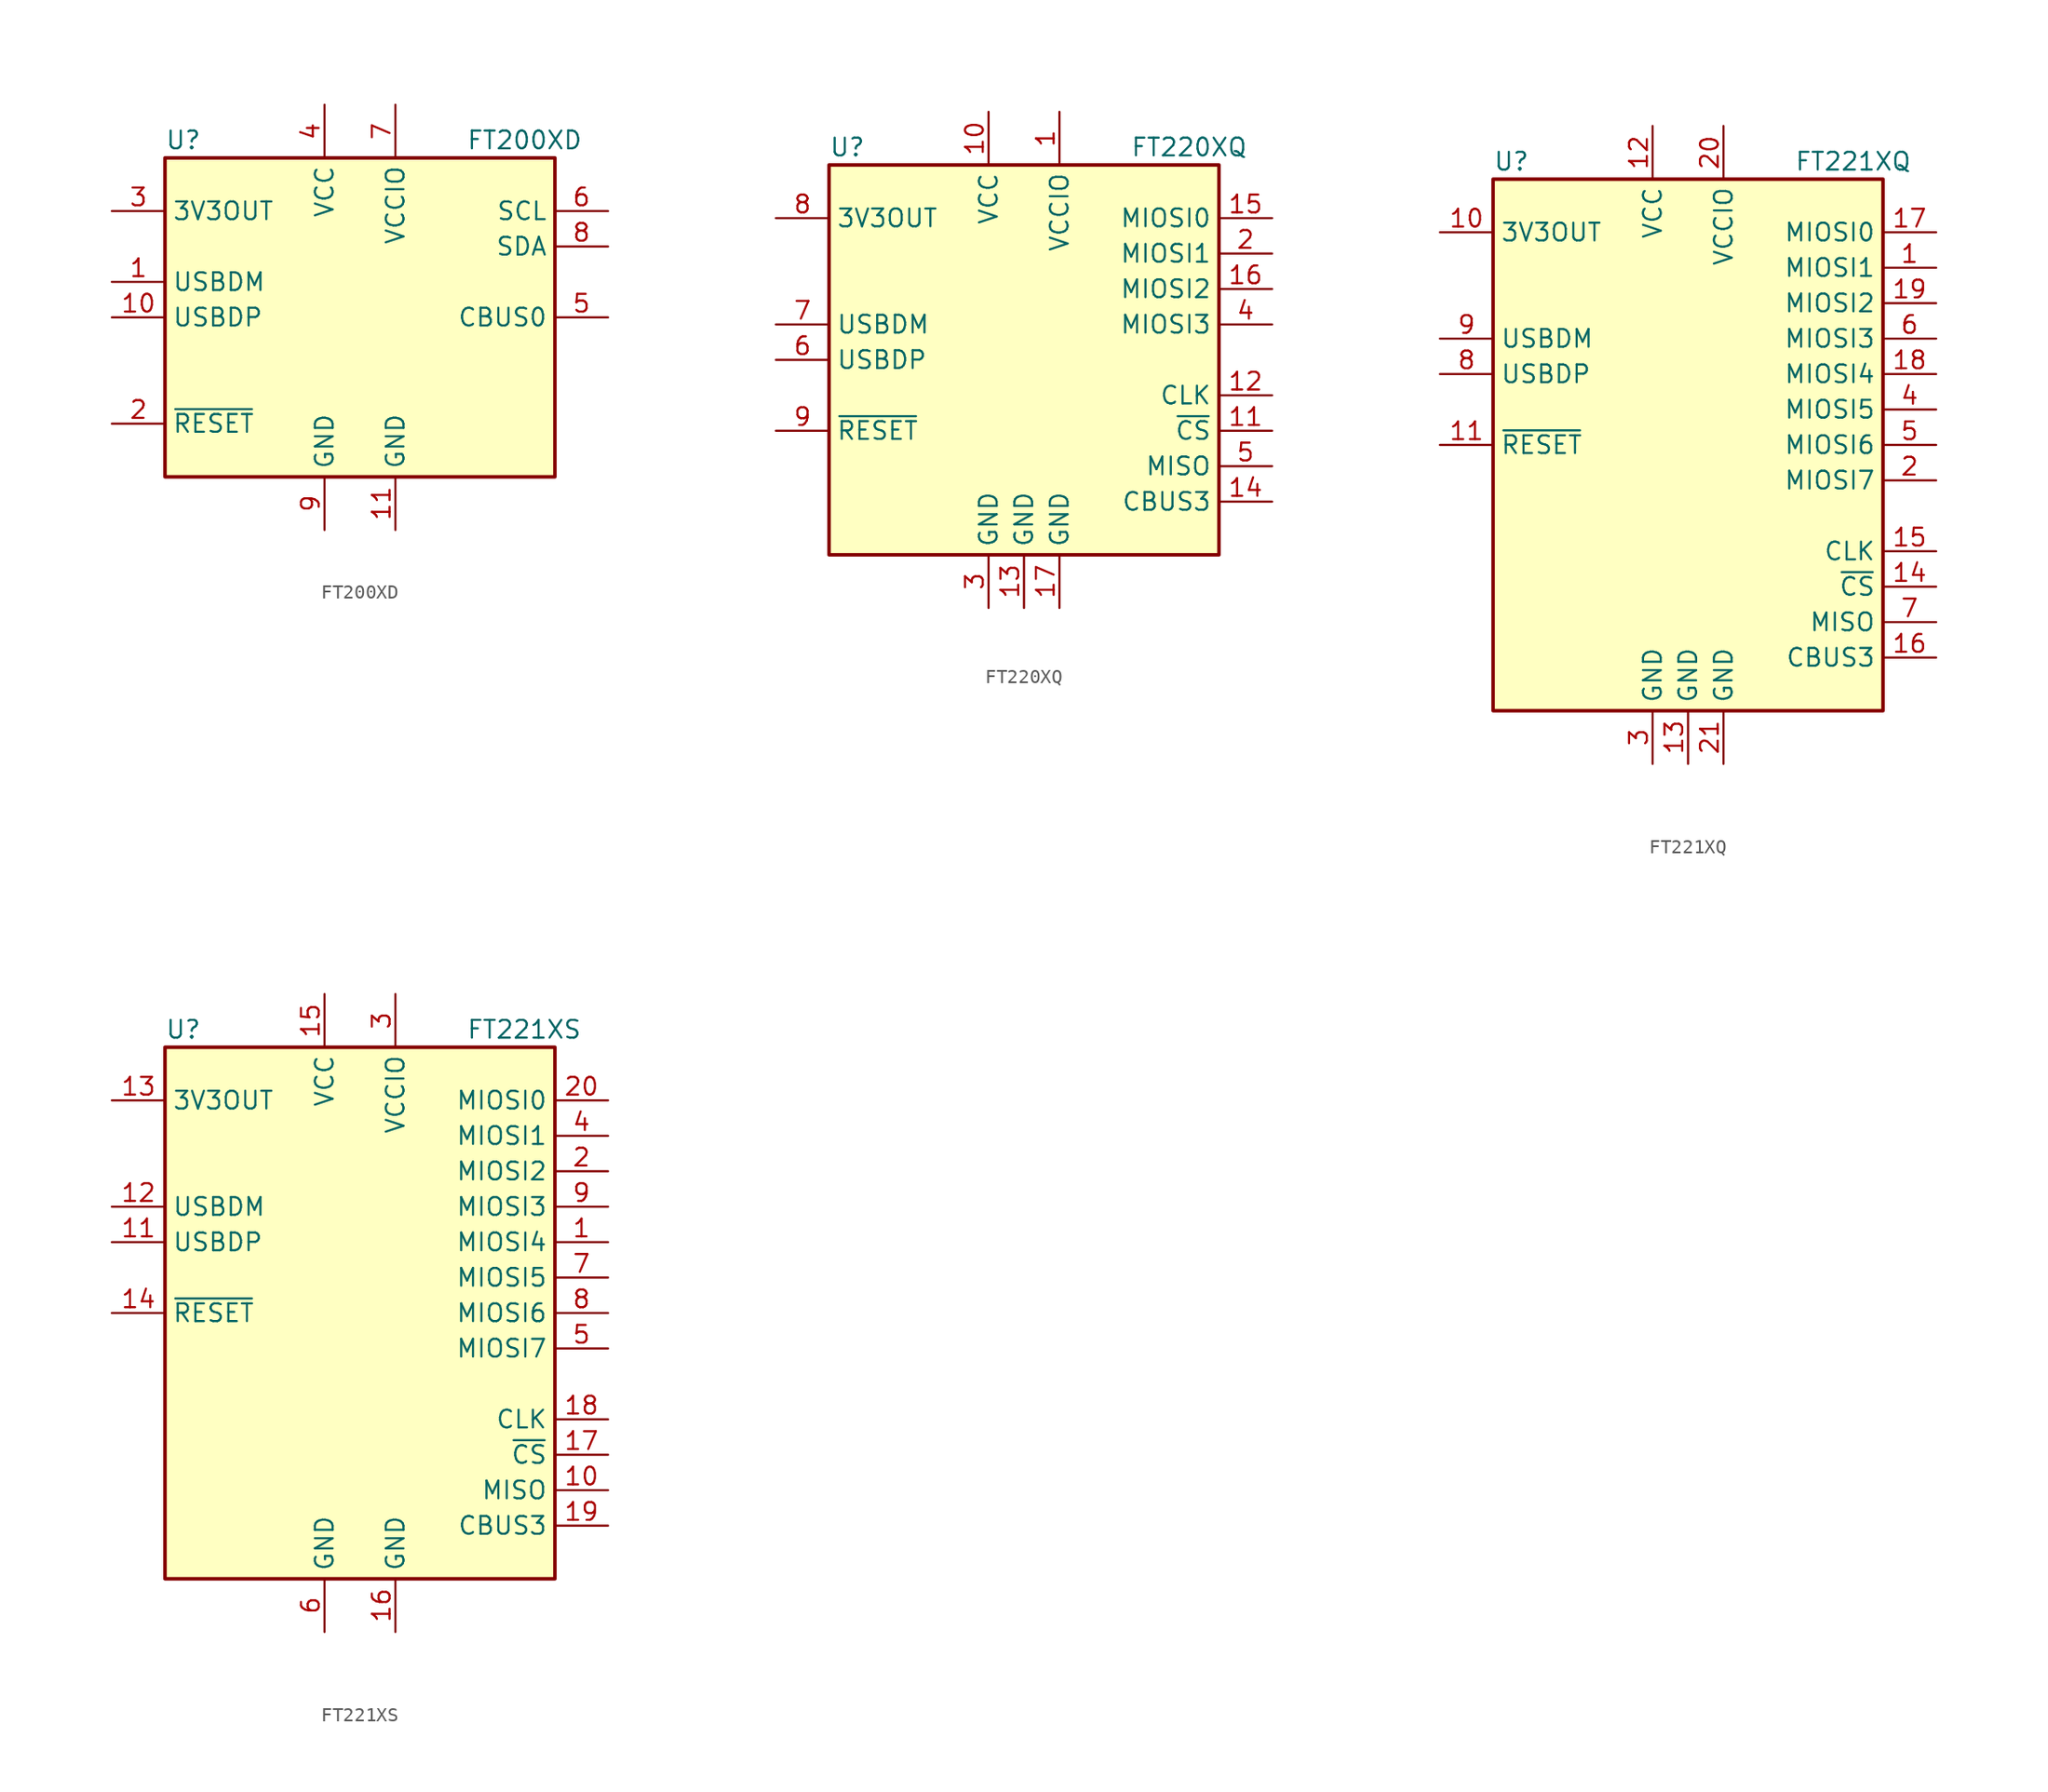
<source format=kicad_sym>
(kicad_symbol_lib
  (version 20241209)
  (generator "kicad_symbol_editor")
  (generator_version "9.0")
  (symbol "FT200XD"
    (property "Reference" "U"
      (at -13.97 12.7 0)
      (effects (font (size 1.27 1.27)) (justify left)))
    (property "Value" "FT200XD"
      (at 7.62 12.7 0)
      (effects (font (size 1.27 1.27)) (justify left)))
    (symbol "FT200XD_0_1"
      (rectangle (start -13.97 11.43) (end 13.97 -11.43) (stroke (width 0.254) (type default)) (fill (type background))))
    (symbol "FT200XD_1_1"
      (pin power_out line (at -17.78 7.62 0) (length 3.81) (name "3V3OUT" (effects (font (size 1.27 1.27)))) (number "3" (effects (font (size 1.27 1.27)))))
      (pin input line (at -17.78 2.54 0) (length 3.81) (name "USBDM" (effects (font (size 1.27 1.27)))) (number "1" (effects (font (size 1.27 1.27)))))
      (pin input line (at -17.78 0 0) (length 3.81) (name "USBDP" (effects (font (size 1.27 1.27)))) (number "10" (effects (font (size 1.27 1.27)))))
      (pin input line (at -17.78 -7.62 0) (length 3.81) (name "~{RESET}" (effects (font (size 1.27 1.27)))) (number "2" (effects (font (size 1.27 1.27)))))
      (pin power_in line (at -2.54 15.24 270) (length 3.81) (name "VCC" (effects (font (size 1.27 1.27)))) (number "4" (effects (font (size 1.27 1.27)))))
      (pin power_in line (at -2.54 -15.24 90) (length 3.81) (name "GND" (effects (font (size 1.27 1.27)))) (number "9" (effects (font (size 1.27 1.27)))))
      (pin power_in line (at 2.54 15.24 270) (length 3.81) (name "VCCIO" (effects (font (size 1.27 1.27)))) (number "7" (effects (font (size 1.27 1.27)))))
      (pin power_in line (at 2.54 -15.24 90) (length 3.81) (name "GND" (effects (font (size 1.27 1.27)))) (number "11" (effects (font (size 1.27 1.27)))))
      (pin input line (at 17.78 7.62 180) (length 3.81) (name "SCL" (effects (font (size 1.27 1.27)))) (number "6" (effects (font (size 1.27 1.27)))))
      (pin bidirectional line (at 17.78 5.08 180) (length 3.81) (name "SDA" (effects (font (size 1.27 1.27)))) (number "8" (effects (font (size 1.27 1.27)))))
      (pin bidirectional line (at 17.78 0 180) (length 3.81) (name "CBUS0" (effects (font (size 1.27 1.27)))) (number "5" (effects (font (size 1.27 1.27)))))))
  (symbol "FT220XQ"
    (property "Reference" "U"
      (at -13.97 15.24 0)
      (effects (font (size 1.27 1.27)) (justify left)))
    (property "Value" "FT220XQ"
      (at 7.62 15.24 0)
      (effects (font (size 1.27 1.27)) (justify left)))
    (symbol "FT220XQ_0_1"
      (rectangle (start -13.97 13.97) (end 13.97 -13.97) (stroke (width 0.254) (type default)) (fill (type background))))
    (symbol "FT220XQ_1_1"
      (pin power_out line (at -17.78 10.16 0) (length 3.81) (name "3V3OUT" (effects (font (size 1.27 1.27)))) (number "8" (effects (font (size 1.27 1.27)))))
      (pin bidirectional line (at -17.78 2.54 0) (length 3.81) (name "USBDM" (effects (font (size 1.27 1.27)))) (number "7" (effects (font (size 1.27 1.27)))))
      (pin bidirectional line (at -17.78 0 0) (length 3.81) (name "USBDP" (effects (font (size 1.27 1.27)))) (number "6" (effects (font (size 1.27 1.27)))))
      (pin input line (at -17.78 -5.08 0) (length 3.81) (name "~{RESET}" (effects (font (size 1.27 1.27)))) (number "9" (effects (font (size 1.27 1.27)))))
      (pin power_in line (at -2.54 17.78 270) (length 3.81) (name "VCC" (effects (font (size 1.27 1.27)))) (number "10" (effects (font (size 1.27 1.27)))))
      (pin power_in line (at -2.54 -17.78 90) (length 3.81) (name "GND" (effects (font (size 1.27 1.27)))) (number "3" (effects (font (size 1.27 1.27)))))
      (pin power_in line (at 0 -17.78 90) (length 3.81) (name "GND" (effects (font (size 1.27 1.27)))) (number "13" (effects (font (size 1.27 1.27)))))
      (pin power_in line (at 2.54 17.78 270) (length 3.81) (name "VCCIO" (effects (font (size 1.27 1.27)))) (number "1" (effects (font (size 1.27 1.27)))))
      (pin power_in line (at 2.54 -17.78 90) (length 3.81) (name "GND" (effects (font (size 1.27 1.27)))) (number "17" (effects (font (size 1.27 1.27)))))
      (pin input line (at 17.78 10.16 180) (length 3.81) (name "MIOSI0" (effects (font (size 1.27 1.27)))) (number "15" (effects (font (size 1.27 1.27)))))
      (pin input line (at 17.78 7.62 180) (length 3.81) (name "MIOSI1" (effects (font (size 1.27 1.27)))) (number "2" (effects (font (size 1.27 1.27)))))
      (pin input line (at 17.78 5.08 180) (length 3.81) (name "MIOSI2" (effects (font (size 1.27 1.27)))) (number "16" (effects (font (size 1.27 1.27)))))
      (pin input line (at 17.78 2.54 180) (length 3.81) (name "MIOSI3" (effects (font (size 1.27 1.27)))) (number "4" (effects (font (size 1.27 1.27)))))
      (pin input line (at 17.78 -2.54 180) (length 3.81) (name "CLK" (effects (font (size 1.27 1.27)))) (number "12" (effects (font (size 1.27 1.27)))))
      (pin input line (at 17.78 -5.08 180) (length 3.81) (name "~{CS}" (effects (font (size 1.27 1.27)))) (number "11" (effects (font (size 1.27 1.27)))))
      (pin input line (at 17.78 -7.62 180) (length 3.81) (name "MISO" (effects (font (size 1.27 1.27)))) (number "5" (effects (font (size 1.27 1.27)))))
      (pin bidirectional line (at 17.78 -10.16 180) (length 3.81) (name "CBUS3" (effects (font (size 1.27 1.27)))) (number "14" (effects (font (size 1.27 1.27)))))))
  (symbol "FT221XQ"
    (property "Reference" "U"
      (at -13.97 20.32 0)
      (effects (font (size 1.27 1.27)) (justify left)))
    (property "Value" "FT221XQ"
      (at 7.62 20.32 0)
      (effects (font (size 1.27 1.27)) (justify left)))
    (symbol "FT221XQ_0_1"
      (rectangle (start -13.97 19.05) (end 13.97 -19.05) (stroke (width 0.254) (type default)) (fill (type background))))
    (symbol "FT221XQ_1_1"
      (pin power_out line (at -17.78 15.24 0) (length 3.81) (name "3V3OUT" (effects (font (size 1.27 1.27)))) (number "10" (effects (font (size 1.27 1.27)))))
      (pin bidirectional line (at -17.78 7.62 0) (length 3.81) (name "USBDM" (effects (font (size 1.27 1.27)))) (number "9" (effects (font (size 1.27 1.27)))))
      (pin bidirectional line (at -17.78 5.08 0) (length 3.81) (name "USBDP" (effects (font (size 1.27 1.27)))) (number "8" (effects (font (size 1.27 1.27)))))
      (pin input line (at -17.78 0 0) (length 3.81) (name "~{RESET}" (effects (font (size 1.27 1.27)))) (number "11" (effects (font (size 1.27 1.27)))))
      (pin power_in line (at -2.54 22.86 270) (length 3.81) (name "VCC" (effects (font (size 1.27 1.27)))) (number "12" (effects (font (size 1.27 1.27)))))
      (pin power_in line (at -2.54 -22.86 90) (length 3.81) (name "GND" (effects (font (size 1.27 1.27)))) (number "3" (effects (font (size 1.27 1.27)))))
      (pin power_in line (at 0 -22.86 90) (length 3.81) (name "GND" (effects (font (size 1.27 1.27)))) (number "13" (effects (font (size 1.27 1.27)))))
      (pin power_in line (at 2.54 22.86 270) (length 3.81) (name "VCCIO" (effects (font (size 1.27 1.27)))) (number "20" (effects (font (size 1.27 1.27)))))
      (pin power_in line (at 2.54 -22.86 90) (length 3.81) (name "GND" (effects (font (size 1.27 1.27)))) (number "21" (effects (font (size 1.27 1.27)))))
      (pin input line (at 17.78 15.24 180) (length 3.81) (name "MIOSI0" (effects (font (size 1.27 1.27)))) (number "17" (effects (font (size 1.27 1.27)))))
      (pin input line (at 17.78 12.7 180) (length 3.81) (name "MIOSI1" (effects (font (size 1.27 1.27)))) (number "1" (effects (font (size 1.27 1.27)))))
      (pin input line (at 17.78 10.16 180) (length 3.81) (name "MIOSI2" (effects (font (size 1.27 1.27)))) (number "19" (effects (font (size 1.27 1.27)))))
      (pin input line (at 17.78 7.62 180) (length 3.81) (name "MIOSI3" (effects (font (size 1.27 1.27)))) (number "6" (effects (font (size 1.27 1.27)))))
      (pin input line (at 17.78 5.08 180) (length 3.81) (name "MIOSI4" (effects (font (size 1.27 1.27)))) (number "18" (effects (font (size 1.27 1.27)))))
      (pin input line (at 17.78 2.54 180) (length 3.81) (name "MIOSI5" (effects (font (size 1.27 1.27)))) (number "4" (effects (font (size 1.27 1.27)))))
      (pin input line (at 17.78 0 180) (length 3.81) (name "MIOSI6" (effects (font (size 1.27 1.27)))) (number "5" (effects (font (size 1.27 1.27)))))
      (pin input line (at 17.78 -2.54 180) (length 3.81) (name "MIOSI7" (effects (font (size 1.27 1.27)))) (number "2" (effects (font (size 1.27 1.27)))))
      (pin input line (at 17.78 -7.62 180) (length 3.81) (name "CLK" (effects (font (size 1.27 1.27)))) (number "15" (effects (font (size 1.27 1.27)))))
      (pin input line (at 17.78 -10.16 180) (length 3.81) (name "~{CS}" (effects (font (size 1.27 1.27)))) (number "14" (effects (font (size 1.27 1.27)))))
      (pin input line (at 17.78 -12.7 180) (length 3.81) (name "MISO" (effects (font (size 1.27 1.27)))) (number "7" (effects (font (size 1.27 1.27)))))
      (pin bidirectional line (at 17.78 -15.24 180) (length 3.81) (name "CBUS3" (effects (font (size 1.27 1.27)))) (number "16" (effects (font (size 1.27 1.27)))))))
  (symbol "FT221XS"
    (property "Reference" "U"
      (at -13.97 20.32 0)
      (effects (font (size 1.27 1.27)) (justify left)))
    (property "Value" "FT221XS"
      (at 7.62 20.32 0)
      (effects (font (size 1.27 1.27)) (justify left)))
    (symbol "FT221XS_0_1"
      (rectangle (start -13.97 19.05) (end 13.97 -19.05) (stroke (width 0.254) (type default)) (fill (type background))))
    (symbol "FT221XS_1_1"
      (pin power_out line (at -17.78 15.24 0) (length 3.81) (name "3V3OUT" (effects (font (size 1.27 1.27)))) (number "13" (effects (font (size 1.27 1.27)))))
      (pin bidirectional line (at -17.78 7.62 0) (length 3.81) (name "USBDM" (effects (font (size 1.27 1.27)))) (number "12" (effects (font (size 1.27 1.27)))))
      (pin bidirectional line (at -17.78 5.08 0) (length 3.81) (name "USBDP" (effects (font (size 1.27 1.27)))) (number "11" (effects (font (size 1.27 1.27)))))
      (pin input line (at -17.78 0 0) (length 3.81) (name "~{RESET}" (effects (font (size 1.27 1.27)))) (number "14" (effects (font (size 1.27 1.27)))))
      (pin power_in line (at -2.54 22.86 270) (length 3.81) (name "VCC" (effects (font (size 1.27 1.27)))) (number "15" (effects (font (size 1.27 1.27)))))
      (pin power_in line (at -2.54 -22.86 90) (length 3.81) (name "GND" (effects (font (size 1.27 1.27)))) (number "6" (effects (font (size 1.27 1.27)))))
      (pin power_in line (at 2.54 22.86 270) (length 3.81) (name "VCCIO" (effects (font (size 1.27 1.27)))) (number "3" (effects (font (size 1.27 1.27)))))
      (pin power_in line (at 2.54 -22.86 90) (length 3.81) (name "GND" (effects (font (size 1.27 1.27)))) (number "16" (effects (font (size 1.27 1.27)))))
      (pin input line (at 17.78 15.24 180) (length 3.81) (name "MIOSI0" (effects (font (size 1.27 1.27)))) (number "20" (effects (font (size 1.27 1.27)))))
      (pin input line (at 17.78 12.7 180) (length 3.81) (name "MIOSI1" (effects (font (size 1.27 1.27)))) (number "4" (effects (font (size 1.27 1.27)))))
      (pin input line (at 17.78 10.16 180) (length 3.81) (name "MIOSI2" (effects (font (size 1.27 1.27)))) (number "2" (effects (font (size 1.27 1.27)))))
      (pin input line (at 17.78 7.62 180) (length 3.81) (name "MIOSI3" (effects (font (size 1.27 1.27)))) (number "9" (effects (font (size 1.27 1.27)))))
      (pin input line (at 17.78 5.08 180) (length 3.81) (name "MIOSI4" (effects (font (size 1.27 1.27)))) (number "1" (effects (font (size 1.27 1.27)))))
      (pin input line (at 17.78 2.54 180) (length 3.81) (name "MIOSI5" (effects (font (size 1.27 1.27)))) (number "7" (effects (font (size 1.27 1.27)))))
      (pin input line (at 17.78 0 180) (length 3.81) (name "MIOSI6" (effects (font (size 1.27 1.27)))) (number "8" (effects (font (size 1.27 1.27)))))
      (pin input line (at 17.78 -2.54 180) (length 3.81) (name "MIOSI7" (effects (font (size 1.27 1.27)))) (number "5" (effects (font (size 1.27 1.27)))))
      (pin input line (at 17.78 -7.62 180) (length 3.81) (name "CLK" (effects (font (size 1.27 1.27)))) (number "18" (effects (font (size 1.27 1.27)))))
      (pin input line (at 17.78 -10.16 180) (length 3.81) (name "~{CS}" (effects (font (size 1.27 1.27)))) (number "17" (effects (font (size 1.27 1.27)))))
      (pin input line (at 17.78 -12.7 180) (length 3.81) (name "MISO" (effects (font (size 1.27 1.27)))) (number "10" (effects (font (size 1.27 1.27)))))
      (pin bidirectional line (at 17.78 -15.24 180) (length 3.81) (name "CBUS3" (effects (font (size 1.27 1.27)))) (number "19" (effects (font (size 1.27 1.27))))))))
</source>
